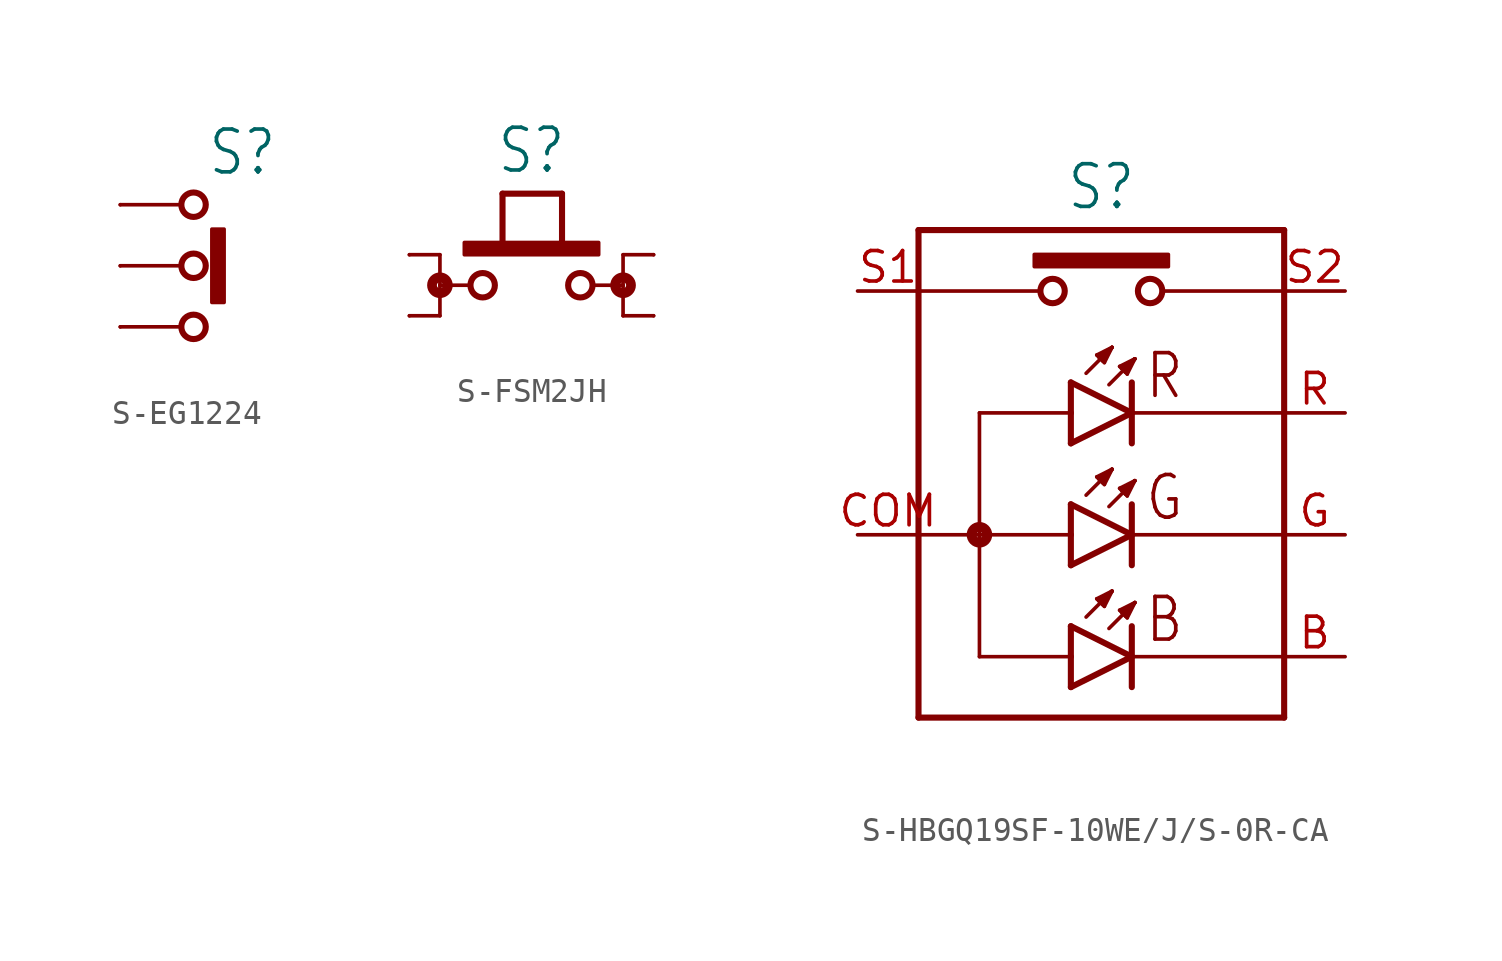
<source format=kicad_sym>
(kicad_symbol_lib
  (version 20231120)
  (generator "kicad_symbol_editor")
  (generator_version "8.0")
  (symbol "S-EG1224"
    (property "Reference" "S"
      (at 0 3.683 0)
      (effects (font (size 1.778 1.511)) (justify bottom)))
    (property "Value" ""
      (at 0 -3.683 0)
      (effects (font (size 1.778 1.511)) (justify top)))
    (property "ki_locked" ""
      (at 0 0 0)
      (effects (font (size 1.27 1.27))))
    (symbol "S-EG1224_1_0"
      (circle (center -2.032 -2.54) (radius 0.508) (stroke (width 0.254) (type solid)) (fill (type none)))
      (circle (center -2.032 0) (radius 0.508) (stroke (width 0.254) (type solid)) (fill (type none)))
      (circle (center -2.032 2.54) (radius 0.508) (stroke (width 0.254) (type solid)) (fill (type none)))
      (rectangle (start -1.27 -1.524) (end -0.762 1.524) (stroke (width 0) (type default)) (fill (type outline)))
      (polyline (pts (xy -5.08 -2.54) (xy -2.54 -2.54)) (stroke (width 0.152) (type solid)) (fill (type none)))
      (polyline (pts (xy -5.08 0) (xy -2.54 0)) (stroke (width 0.152) (type solid)) (fill (type none)))
      (polyline (pts (xy -5.08 2.54) (xy -2.54 2.54)) (stroke (width 0.152) (type solid)) (fill (type none)))
      (pin passive line (at -5.08 2.54 0) (length 0) (name "1" (effects (font (size 0 0)))) (number "A1" (effects (font (size 0 0)))))
      (pin passive line (at -5.08 0 0) (length 0) (name "C" (effects (font (size 0 0)))) (number "A2" (effects (font (size 0 0)))))
      (pin passive line (at -5.08 -2.54 0) (length 0) (name "2" (effects (font (size 0 0)))) (number "A3" (effects (font (size 0 0)))))))
  (symbol "S-FSM2JH"
    (property "Reference" "S"
      (at 0 3.302 0)
      (effects (font (size 1.778 1.511)) (justify bottom)))
    (property "Value" ""
      (at 0 -3.302 0)
      (effects (font (size 1.778 1.511)) (justify top)))
    (property "ki_locked" ""
      (at 0 0 0)
      (effects (font (size 1.27 1.27))))
    (symbol "S-FSM2JH_1_0"
      (circle (center -3.81 -1.27) (radius 0.127) (stroke (width 0.406) (type solid)) (fill (type none)))
      (rectangle (start -2.794 0) (end 2.794 0.508) (stroke (width 0) (type default)) (fill (type outline)))
      (circle (center -2.032 -1.27) (radius 0.508) (stroke (width 0.254) (type solid)) (fill (type none)))
      (polyline (pts (xy -5.08 -2.54) (xy -3.81 -2.54)) (stroke (width 0.152) (type solid)) (fill (type none)))
      (polyline (pts (xy -5.08 0) (xy -3.81 0)) (stroke (width 0.152) (type solid)) (fill (type none)))
      (polyline (pts (xy -3.81 -1.27) (xy -3.81 -2.54)) (stroke (width 0.152) (type solid)) (fill (type none)))
      (polyline (pts (xy -3.81 -1.27) (xy -2.54 -1.27)) (stroke (width 0.152) (type solid)) (fill (type none)))
      (polyline (pts (xy -3.81 0) (xy -3.81 -1.27)) (stroke (width 0.152) (type solid)) (fill (type none)))
      (polyline (pts (xy -1.206 0.254) (xy -1.206 2.54)) (stroke (width 0.254) (type solid)) (fill (type none)))
      (polyline (pts (xy -1.206 2.54) (xy 1.27 2.54)) (stroke (width 0.254) (type solid)) (fill (type none)))
      (polyline (pts (xy 1.27 2.54) (xy 1.27 0.254)) (stroke (width 0.254) (type solid)) (fill (type none)))
      (polyline (pts (xy 3.81 -2.54) (xy 5.08 -2.54)) (stroke (width 0.152) (type solid)) (fill (type none)))
      (polyline (pts (xy 3.81 -1.27) (xy 2.54 -1.27)) (stroke (width 0.152) (type solid)) (fill (type none)))
      (polyline (pts (xy 3.81 -1.27) (xy 3.81 -2.54)) (stroke (width 0.152) (type solid)) (fill (type none)))
      (polyline (pts (xy 3.81 0) (xy 3.81 -1.27)) (stroke (width 0.152) (type solid)) (fill (type none)))
      (polyline (pts (xy 3.81 0) (xy 5.08 0)) (stroke (width 0.152) (type solid)) (fill (type none)))
      (circle (center 2.032 -1.27) (radius 0.508) (stroke (width 0.254) (type solid)) (fill (type none)))
      (circle (center 3.81 -1.27) (radius 0.127) (stroke (width 0.406) (type solid)) (fill (type none)))
      (pin passive line (at -5.08 0 0) (length 0) (name "1" (effects (font (size 0 0)))) (number "1" (effects (font (size 0 0)))))
      (pin passive line (at -5.08 -2.54 0) (length 0) (name "2" (effects (font (size 0 0)))) (number "2" (effects (font (size 0 0)))))
      (pin passive line (at 5.08 0 180) (length 0) (name "3" (effects (font (size 0 0)))) (number "3" (effects (font (size 0 0)))))
      (pin passive line (at 5.08 -2.54 180) (length 0) (name "4" (effects (font (size 0 0)))) (number "4" (effects (font (size 0 0)))))))
  (symbol "S-HBGQ19SF-10WE/J/S-0R-CA"
    (property "Reference" "S"
      (at 0 10.922 0)
      (effects (font (size 1.778 1.511)) (justify bottom)))
    (property "Value" ""
      (at 0 -10.922 0)
      (effects (font (size 1.778 1.511)) (justify top)))
    (property "ki_locked" ""
      (at 0 0 0)
      (effects (font (size 1.27 1.27))))
    (symbol "S-HBGQ19SF-10WE/J/S-0R-CA_1_0"
      (circle (center -5.08 -2.54) (radius 0.127) (stroke (width 0.406) (type solid)) (fill (type none)))
      (rectangle (start -2.794 8.636) (end 2.794 9.144) (stroke (width 0) (type default)) (fill (type outline)))
      (circle (center -2.032 7.62) (radius 0.508) (stroke (width 0.254) (type solid)) (fill (type none)))
      (polyline (pts (xy -7.62 -10.16) (xy -7.62 7.62)) (stroke (width 0.254) (type solid)) (fill (type none)))
      (polyline (pts (xy -7.62 -2.54) (xy -5.08 -2.54)) (stroke (width 0.152) (type solid)) (fill (type none)))
      (polyline (pts (xy -7.62 7.62) (xy -7.62 10.16)) (stroke (width 0.254) (type solid)) (fill (type none)))
      (polyline (pts (xy -7.62 7.62) (xy -2.54 7.62)) (stroke (width 0.152) (type solid)) (fill (type none)))
      (polyline (pts (xy -7.62 10.16) (xy 7.62 10.16)) (stroke (width 0.254) (type solid)) (fill (type none)))
      (polyline (pts (xy -5.08 -7.62) (xy -1.27 -7.62)) (stroke (width 0.152) (type solid)) (fill (type none)))
      (polyline (pts (xy -5.08 -2.54) (xy -5.08 -7.62)) (stroke (width 0.152) (type solid)) (fill (type none)))
      (polyline (pts (xy -5.08 -2.54) (xy -1.27 -2.54)) (stroke (width 0.152) (type solid)) (fill (type none)))
      (polyline (pts (xy -5.08 2.54) (xy -5.08 -2.54)) (stroke (width 0.152) (type solid)) (fill (type none)))
      (polyline (pts (xy -5.08 2.54) (xy -1.27 2.54)) (stroke (width 0.152) (type solid)) (fill (type none)))
      (polyline (pts (xy -1.27 -8.89) (xy 1.27 -7.62)) (stroke (width 0.254) (type solid)) (fill (type none)))
      (polyline (pts (xy -1.27 -7.62) (xy -1.27 -8.89)) (stroke (width 0.254) (type solid)) (fill (type none)))
      (polyline (pts (xy -1.27 -6.35) (xy -1.27 -7.62)) (stroke (width 0.254) (type solid)) (fill (type none)))
      (polyline (pts (xy -1.27 -3.81) (xy 1.27 -2.54)) (stroke (width 0.254) (type solid)) (fill (type none)))
      (polyline (pts (xy -1.27 -2.54) (xy -1.27 -3.81)) (stroke (width 0.254) (type solid)) (fill (type none)))
      (polyline (pts (xy -1.27 -1.27) (xy -1.27 -2.54)) (stroke (width 0.254) (type solid)) (fill (type none)))
      (polyline (pts (xy -1.27 1.27) (xy 1.27 2.54)) (stroke (width 0.254) (type solid)) (fill (type none)))
      (polyline (pts (xy -1.27 2.54) (xy -1.27 1.27)) (stroke (width 0.254) (type solid)) (fill (type none)))
      (polyline (pts (xy -1.27 3.81) (xy -1.27 2.54)) (stroke (width 0.254) (type solid)) (fill (type none)))
      (polyline (pts (xy -0.635 -5.969) (xy 0.445 -4.889)) (stroke (width 0.152) (type solid)) (fill (type none)))
      (polyline (pts (xy -0.635 -0.889) (xy 0.445 0.191)) (stroke (width 0.152) (type solid)) (fill (type none)))
      (polyline (pts (xy -0.635 4.191) (xy 0.445 5.271)) (stroke (width 0.152) (type solid)) (fill (type none)))
      (polyline (pts (xy -0.191 -5.207) (xy -0.111 -5.286)) (stroke (width 0.152) (type solid)) (fill (type none)))
      (polyline (pts (xy -0.191 -0.127) (xy -0.111 -0.206)) (stroke (width 0.152) (type solid)) (fill (type none)))
      (polyline (pts (xy -0.191 4.953) (xy -0.111 4.874)) (stroke (width 0.152) (type solid)) (fill (type none)))
      (polyline (pts (xy -0.111 -5.286) (xy 0.048 -5.445)) (stroke (width 0.152) (type solid)) (fill (type none)))
      (polyline (pts (xy -0.111 -0.206) (xy 0.048 -0.365)) (stroke (width 0.152) (type solid)) (fill (type none)))
      (polyline (pts (xy -0.111 4.874) (xy 0.048 4.715)) (stroke (width 0.152) (type solid)) (fill (type none)))
      (polyline (pts (xy 0.048 -5.445) (xy 0.127 -5.524)) (stroke (width 0.152) (type solid)) (fill (type none)))
      (polyline (pts (xy 0.048 -0.365) (xy 0.127 -0.445)) (stroke (width 0.152) (type solid)) (fill (type none)))
      (polyline (pts (xy 0.048 4.715) (xy 0.127 4.636)) (stroke (width 0.152) (type solid)) (fill (type none)))
      (polyline (pts (xy 0.127 -5.524) (xy 0.445 -4.889)) (stroke (width 0.152) (type solid)) (fill (type none)))
      (polyline (pts (xy 0.127 -0.445) (xy 0.445 0.191)) (stroke (width 0.152) (type solid)) (fill (type none)))
      (polyline (pts (xy 0.127 4.636) (xy 0.445 5.271)) (stroke (width 0.152) (type solid)) (fill (type none)))
      (polyline (pts (xy 0.318 -6.445) (xy 1.397 -5.366)) (stroke (width 0.152) (type solid)) (fill (type none)))
      (polyline (pts (xy 0.318 -1.365) (xy 1.397 -0.286)) (stroke (width 0.152) (type solid)) (fill (type none)))
      (polyline (pts (xy 0.318 3.715) (xy 1.397 4.794)) (stroke (width 0.152) (type solid)) (fill (type none)))
      (polyline (pts (xy 0.445 -4.889) (xy -0.191 -5.207)) (stroke (width 0.152) (type solid)) (fill (type none)))
      (polyline (pts (xy 0.445 -4.889) (xy -0.111 -5.286)) (stroke (width 0.152) (type solid)) (fill (type none)))
      (polyline (pts (xy 0.445 -4.889) (xy 0.048 -5.445)) (stroke (width 0.152) (type solid)) (fill (type none)))
      (polyline (pts (xy 0.445 0.191) (xy -0.191 -0.127)) (stroke (width 0.152) (type solid)) (fill (type none)))
      (polyline (pts (xy 0.445 0.191) (xy -0.111 -0.206)) (stroke (width 0.152) (type solid)) (fill (type none)))
      (polyline (pts (xy 0.445 0.191) (xy 0.048 -0.365)) (stroke (width 0.152) (type solid)) (fill (type none)))
      (polyline (pts (xy 0.445 5.271) (xy -0.191 4.953)) (stroke (width 0.152) (type solid)) (fill (type none)))
      (polyline (pts (xy 0.445 5.271) (xy -0.111 4.874)) (stroke (width 0.152) (type solid)) (fill (type none)))
      (polyline (pts (xy 0.445 5.271) (xy 0.048 4.715)) (stroke (width 0.152) (type solid)) (fill (type none)))
      (polyline (pts (xy 0.762 -5.683) (xy 0.841 -5.763)) (stroke (width 0.152) (type solid)) (fill (type none)))
      (polyline (pts (xy 0.762 -0.603) (xy 0.841 -0.683)) (stroke (width 0.152) (type solid)) (fill (type none)))
      (polyline (pts (xy 0.762 4.477) (xy 0.841 4.397)) (stroke (width 0.152) (type solid)) (fill (type none)))
      (polyline (pts (xy 0.841 -5.763) (xy 1 -5.921)) (stroke (width 0.152) (type solid)) (fill (type none)))
      (polyline (pts (xy 0.841 -0.683) (xy 1 -0.841)) (stroke (width 0.152) (type solid)) (fill (type none)))
      (polyline (pts (xy 0.841 4.397) (xy 1 4.239)) (stroke (width 0.152) (type solid)) (fill (type none)))
      (polyline (pts (xy 1 -5.921) (xy 1.079 -6.001)) (stroke (width 0.152) (type solid)) (fill (type none)))
      (polyline (pts (xy 1 -0.841) (xy 1.079 -0.921)) (stroke (width 0.152) (type solid)) (fill (type none)))
      (polyline (pts (xy 1 4.239) (xy 1.079 4.159)) (stroke (width 0.152) (type solid)) (fill (type none)))
      (polyline (pts (xy 1.079 -6.001) (xy 1.397 -5.366)) (stroke (width 0.152) (type solid)) (fill (type none)))
      (polyline (pts (xy 1.079 -0.921) (xy 1.397 -0.286)) (stroke (width 0.152) (type solid)) (fill (type none)))
      (polyline (pts (xy 1.079 4.159) (xy 1.397 4.794)) (stroke (width 0.152) (type solid)) (fill (type none)))
      (polyline (pts (xy 1.27 -7.62) (xy -1.27 -6.35)) (stroke (width 0.254) (type solid)) (fill (type none)))
      (polyline (pts (xy 1.27 -7.62) (xy 1.27 -8.89)) (stroke (width 0.254) (type solid)) (fill (type none)))
      (polyline (pts (xy 1.27 -6.35) (xy 1.27 -7.62)) (stroke (width 0.254) (type solid)) (fill (type none)))
      (polyline (pts (xy 1.27 -2.54) (xy -1.27 -1.27)) (stroke (width 0.254) (type solid)) (fill (type none)))
      (polyline (pts (xy 1.27 -2.54) (xy 1.27 -3.81)) (stroke (width 0.254) (type solid)) (fill (type none)))
      (polyline (pts (xy 1.27 -1.27) (xy 1.27 -2.54)) (stroke (width 0.254) (type solid)) (fill (type none)))
      (polyline (pts (xy 1.27 2.54) (xy -1.27 3.81)) (stroke (width 0.254) (type solid)) (fill (type none)))
      (polyline (pts (xy 1.27 2.54) (xy 1.27 1.27)) (stroke (width 0.254) (type solid)) (fill (type none)))
      (polyline (pts (xy 1.27 3.81) (xy 1.27 2.54)) (stroke (width 0.254) (type solid)) (fill (type none)))
      (polyline (pts (xy 1.397 -5.366) (xy 0.762 -5.683)) (stroke (width 0.152) (type solid)) (fill (type none)))
      (polyline (pts (xy 1.397 -5.366) (xy 0.841 -5.763)) (stroke (width 0.152) (type solid)) (fill (type none)))
      (polyline (pts (xy 1.397 -5.366) (xy 1 -5.921)) (stroke (width 0.152) (type solid)) (fill (type none)))
      (polyline (pts (xy 1.397 -0.286) (xy 0.762 -0.603)) (stroke (width 0.152) (type solid)) (fill (type none)))
      (polyline (pts (xy 1.397 -0.286) (xy 0.841 -0.683)) (stroke (width 0.152) (type solid)) (fill (type none)))
      (polyline (pts (xy 1.397 -0.286) (xy 1 -0.841)) (stroke (width 0.152) (type solid)) (fill (type none)))
      (polyline (pts (xy 1.397 4.794) (xy 0.762 4.477)) (stroke (width 0.152) (type solid)) (fill (type none)))
      (polyline (pts (xy 1.397 4.794) (xy 0.841 4.397)) (stroke (width 0.152) (type solid)) (fill (type none)))
      (polyline (pts (xy 1.397 4.794) (xy 1 4.239)) (stroke (width 0.152) (type solid)) (fill (type none)))
      (polyline (pts (xy 2.54 7.62) (xy 7.62 7.62)) (stroke (width 0.152) (type solid)) (fill (type none)))
      (polyline (pts (xy 7.62 -10.16) (xy -7.62 -10.16)) (stroke (width 0.254) (type solid)) (fill (type none)))
      (polyline (pts (xy 7.62 -7.62) (xy 1.27 -7.62)) (stroke (width 0.152) (type solid)) (fill (type none)))
      (polyline (pts (xy 7.62 -2.54) (xy 1.27 -2.54)) (stroke (width 0.152) (type solid)) (fill (type none)))
      (polyline (pts (xy 7.62 2.54) (xy 1.27 2.54)) (stroke (width 0.152) (type solid)) (fill (type none)))
      (polyline (pts (xy 7.62 2.54) (xy 7.62 -10.16)) (stroke (width 0.254) (type solid)) (fill (type none)))
      (polyline (pts (xy 7.62 10.16) (xy 7.62 2.54)) (stroke (width 0.254) (type solid)) (fill (type none)))
      (circle (center 2.032 7.62) (radius 0.508) (stroke (width 0.254) (type solid)) (fill (type none)))
      (text "B" (at 1.778 -7.112 0) (effects (font (size 1.778 1.511)) (justify left bottom)))
      (text "G" (at 1.778 -2.032 0) (effects (font (size 1.778 1.511)) (justify left bottom)))
      (text "R" (at 1.778 3.048 0) (effects (font (size 1.778 1.511)) (justify left bottom)))
      (pin passive line (at 10.16 -7.62 180) (length 2.54) (name "C-B" (effects (font (size 0 0)))) (number "B" (effects (font (size 1.27 1.27)))))
      (pin passive line (at -10.16 -2.54 0) (length 2.54) (name "A" (effects (font (size 0 0)))) (number "COM" (effects (font (size 1.27 1.27)))))
      (pin passive line (at 10.16 -2.54 180) (length 2.54) (name "C-G" (effects (font (size 0 0)))) (number "G" (effects (font (size 1.27 1.27)))))
      (pin passive line (at 10.16 2.54 180) (length 2.54) (name "C-R" (effects (font (size 0 0)))) (number "R" (effects (font (size 1.27 1.27)))))
      (pin passive line (at -10.16 7.62 0) (length 2.54) (name "S1" (effects (font (size 0 0)))) (number "S1" (effects (font (size 1.27 1.27)))))
      (pin passive line (at 10.16 7.62 180) (length 2.54) (name "S2" (effects (font (size 0 0)))) (number "S2" (effects (font (size 1.27 1.27))))))))
</source>
